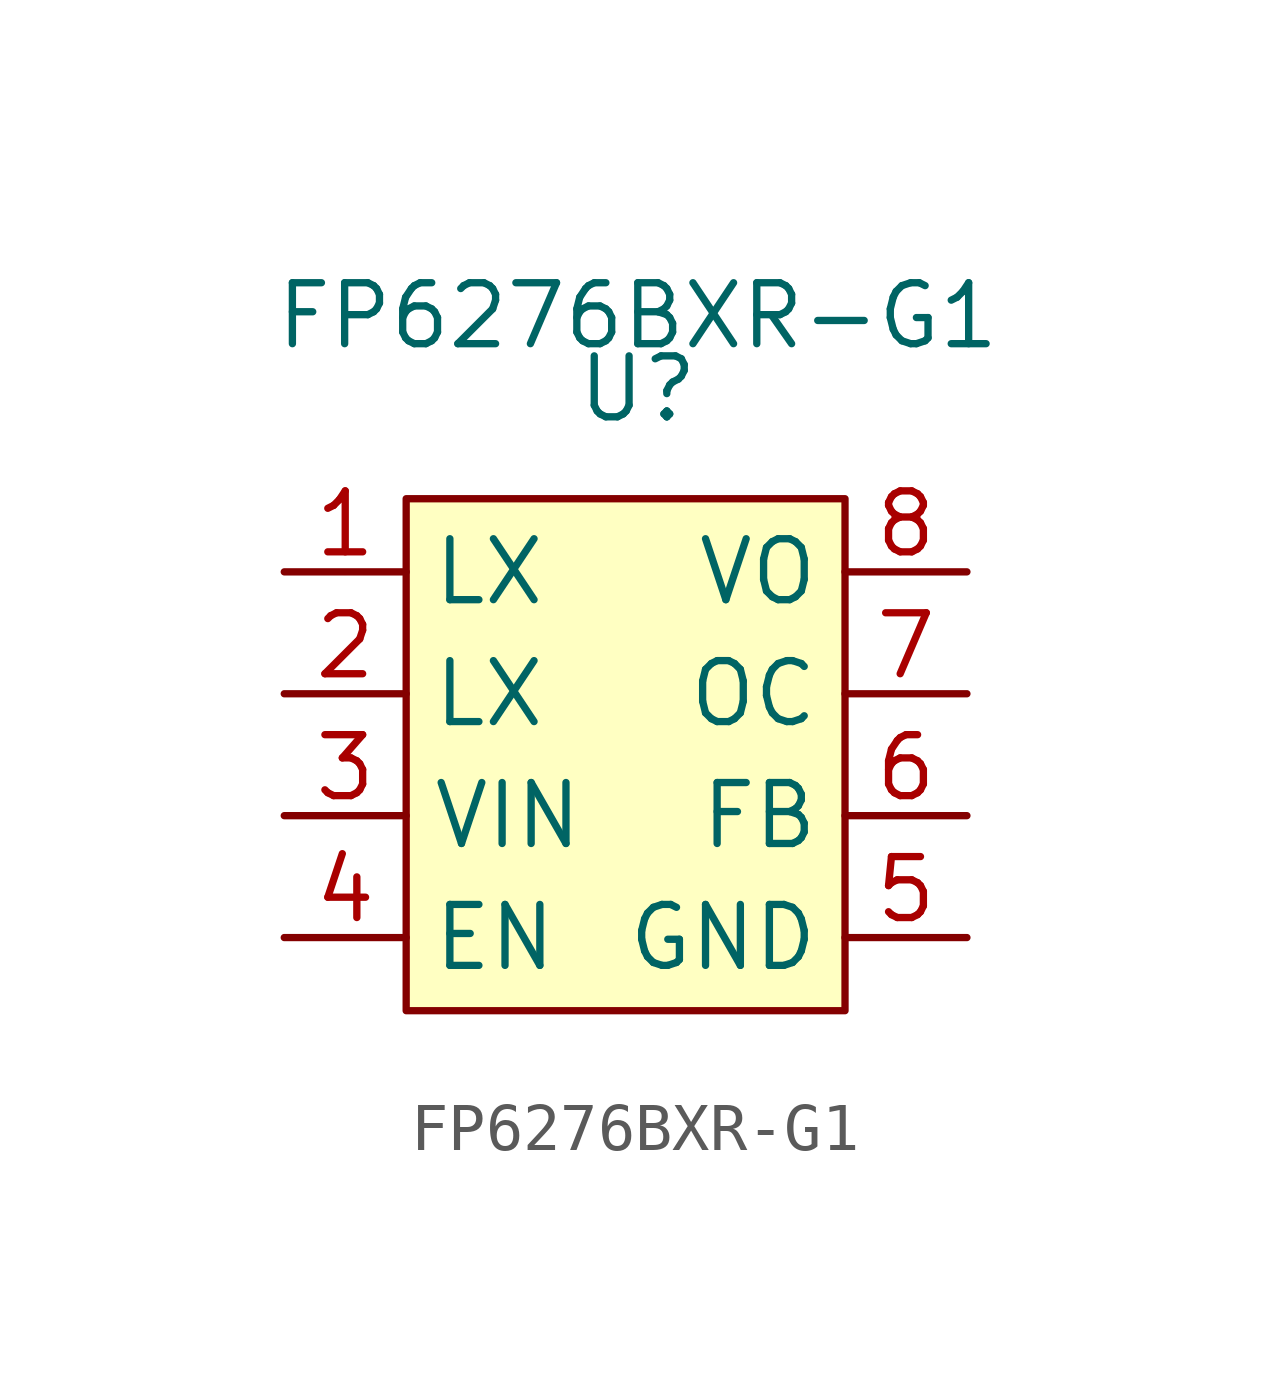
<source format=kicad_sym>
(kicad_symbol_lib
  (version 20211014)
  (generator kicad_symbol_editor)
  (symbol "FP6276BXR-G1"
    (property "Reference" "U"
      (at 0.254 5.334 0)
      (effects (font (size 1.27 1.27))))
    (property "Value" "FP6276BXR-G1"
      (at 0.254 6.858 0)
      (effects (font (size 1.27 1.27))))
    (symbol "FP6276BXR-G1_0_1"
      (rectangle (start -4.572 3.048) (end 4.572 -7.62) (stroke (width 0.152) (type default) (color 0 0 0 0)) (fill (type background))))
    (symbol "FP6276BXR-G1_1_1"
      (pin output line (at -7.112 1.524 0) (length 2.54) (name "LX" (effects (font (size 1.27 1.27)))) (number "1" (effects (font (size 1.27 1.27)))))
      (pin output line (at -7.112 -1.016 0) (length 2.54) (name "LX" (effects (font (size 1.27 1.27)))) (number "2" (effects (font (size 1.27 1.27)))))
      (pin input line (at -7.112 -3.556 0) (length 2.54) (name "VIN" (effects (font (size 1.27 1.27)))) (number "3" (effects (font (size 1.27 1.27)))))
      (pin input line (at -7.112 -6.096 0) (length 2.54) (name "EN" (effects (font (size 1.27 1.27)))) (number "4" (effects (font (size 1.27 1.27)))))
      (pin input line (at 7.112 -6.096 180) (length 2.54) (name "GND" (effects (font (size 1.27 1.27)))) (number "5" (effects (font (size 1.27 1.27)))))
      (pin input line (at 7.112 -3.556 180) (length 2.54) (name "FB" (effects (font (size 1.27 1.27)))) (number "6" (effects (font (size 1.27 1.27)))))
      (pin output line (at 7.112 -1.016 180) (length 2.54) (name "OC" (effects (font (size 1.27 1.27)))) (number "7" (effects (font (size 1.27 1.27)))))
      (pin output line (at 7.112 1.524 180) (length 2.54) (name "VO" (effects (font (size 1.27 1.27)))) (number "8" (effects (font (size 1.27 1.27))))))))
</source>
